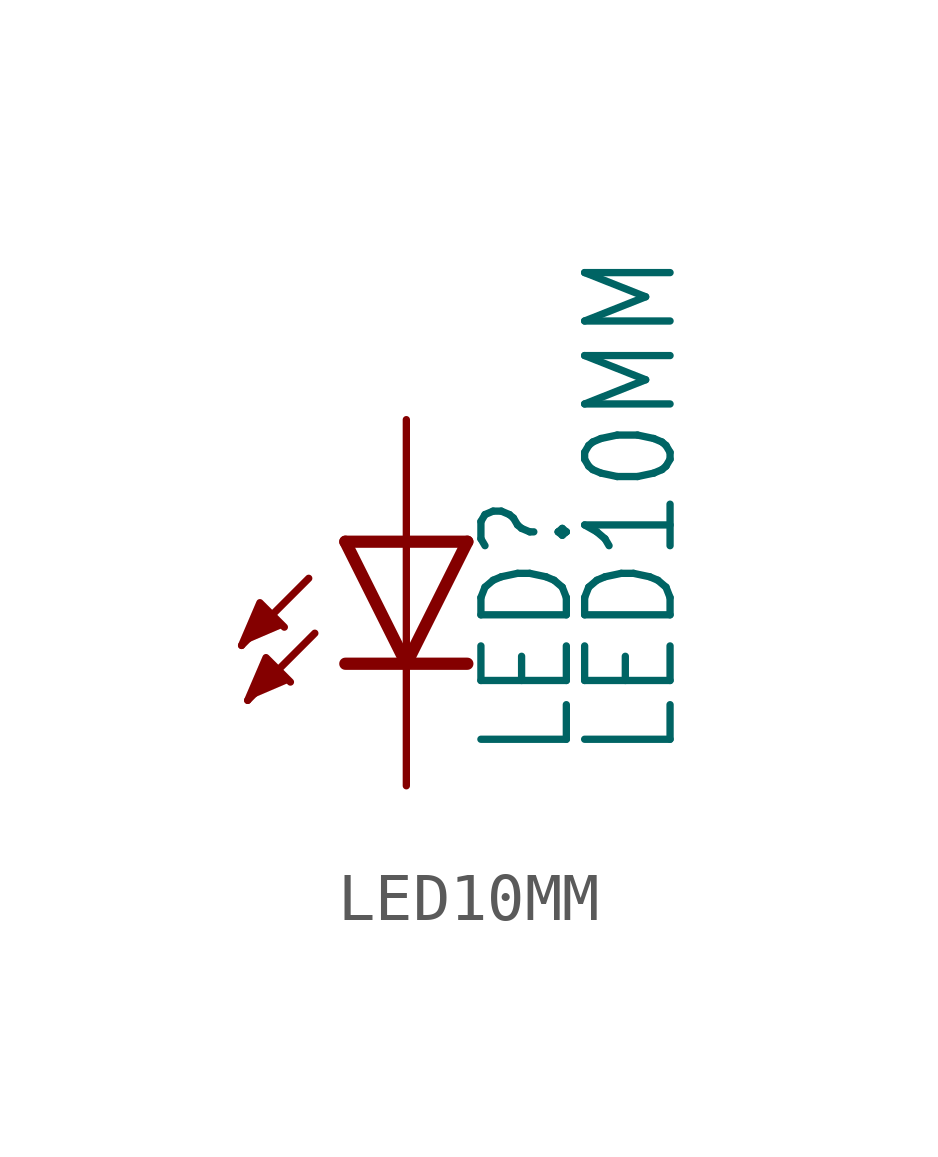
<source format=kicad_sym>
(kicad_symbol_lib
  (version 20211014)
  (generator kicad_symbol_editor)
  (symbol "LED10MM"
    (property "Reference" "LED"
      (at 3.556 -4.572 90)
      (effects (font (size 1.778 1.511)) (justify left bottom)))
    (property "Value" "LED10MM"
      (at 5.715 -4.572 90)
      (effects (font (size 1.778 1.511)) (justify left bottom)))
    (property "ki_locked" ""
      (at 0 0 0)
      (effects (font (size 1.27 1.27))))
    (symbol "LED10MM_1_0"
      (polyline (pts (xy -2.032 -0.762) (xy -3.429 -2.159)) (stroke (width 0.152) (type default) (color 0 0 0 0)) (fill (type none)))
      (polyline (pts (xy -1.905 -1.905) (xy -3.302 -3.302)) (stroke (width 0.152) (type default) (color 0 0 0 0)) (fill (type none)))
      (polyline (pts (xy 0 -2.54) (xy -1.27 -2.54)) (stroke (width 0.254) (type default) (color 0 0 0 0)) (fill (type none)))
      (polyline (pts (xy 0 -2.54) (xy -1.27 0)) (stroke (width 0.254) (type default) (color 0 0 0 0)) (fill (type none)))
      (polyline (pts (xy 0 0) (xy -1.27 0)) (stroke (width 0.254) (type default) (color 0 0 0 0)) (fill (type none)))
      (polyline (pts (xy 0 0) (xy 0 -2.54)) (stroke (width 0.152) (type default) (color 0 0 0 0)) (fill (type none)))
      (polyline (pts (xy 1.27 -2.54) (xy 0 -2.54)) (stroke (width 0.254) (type default) (color 0 0 0 0)) (fill (type none)))
      (polyline (pts (xy 1.27 0) (xy 0 -2.54)) (stroke (width 0.254) (type default) (color 0 0 0 0)) (fill (type none)))
      (polyline (pts (xy 1.27 0) (xy 0 0)) (stroke (width 0.254) (type default) (color 0 0 0 0)) (fill (type none)))
      (polyline (pts (xy -3.429 -2.159) (xy -3.048 -1.27) (xy -2.54 -1.778)) (stroke (width 0) (type default) (color 0 0 0 0)) (fill (type outline)))
      (polyline (pts (xy -3.302 -3.302) (xy -2.921 -2.413) (xy -2.413 -2.921)) (stroke (width 0) (type default) (color 0 0 0 0)) (fill (type outline)))
      (pin passive line (at 0 2.54 270) (length 2.54) (name "A" (effects (font (size 0 0)))) (number "A" (effects (font (size 0 0)))))
      (pin passive line (at 0 -5.08 90) (length 2.54) (name "C" (effects (font (size 0 0)))) (number "C" (effects (font (size 0 0))))))))
</source>
